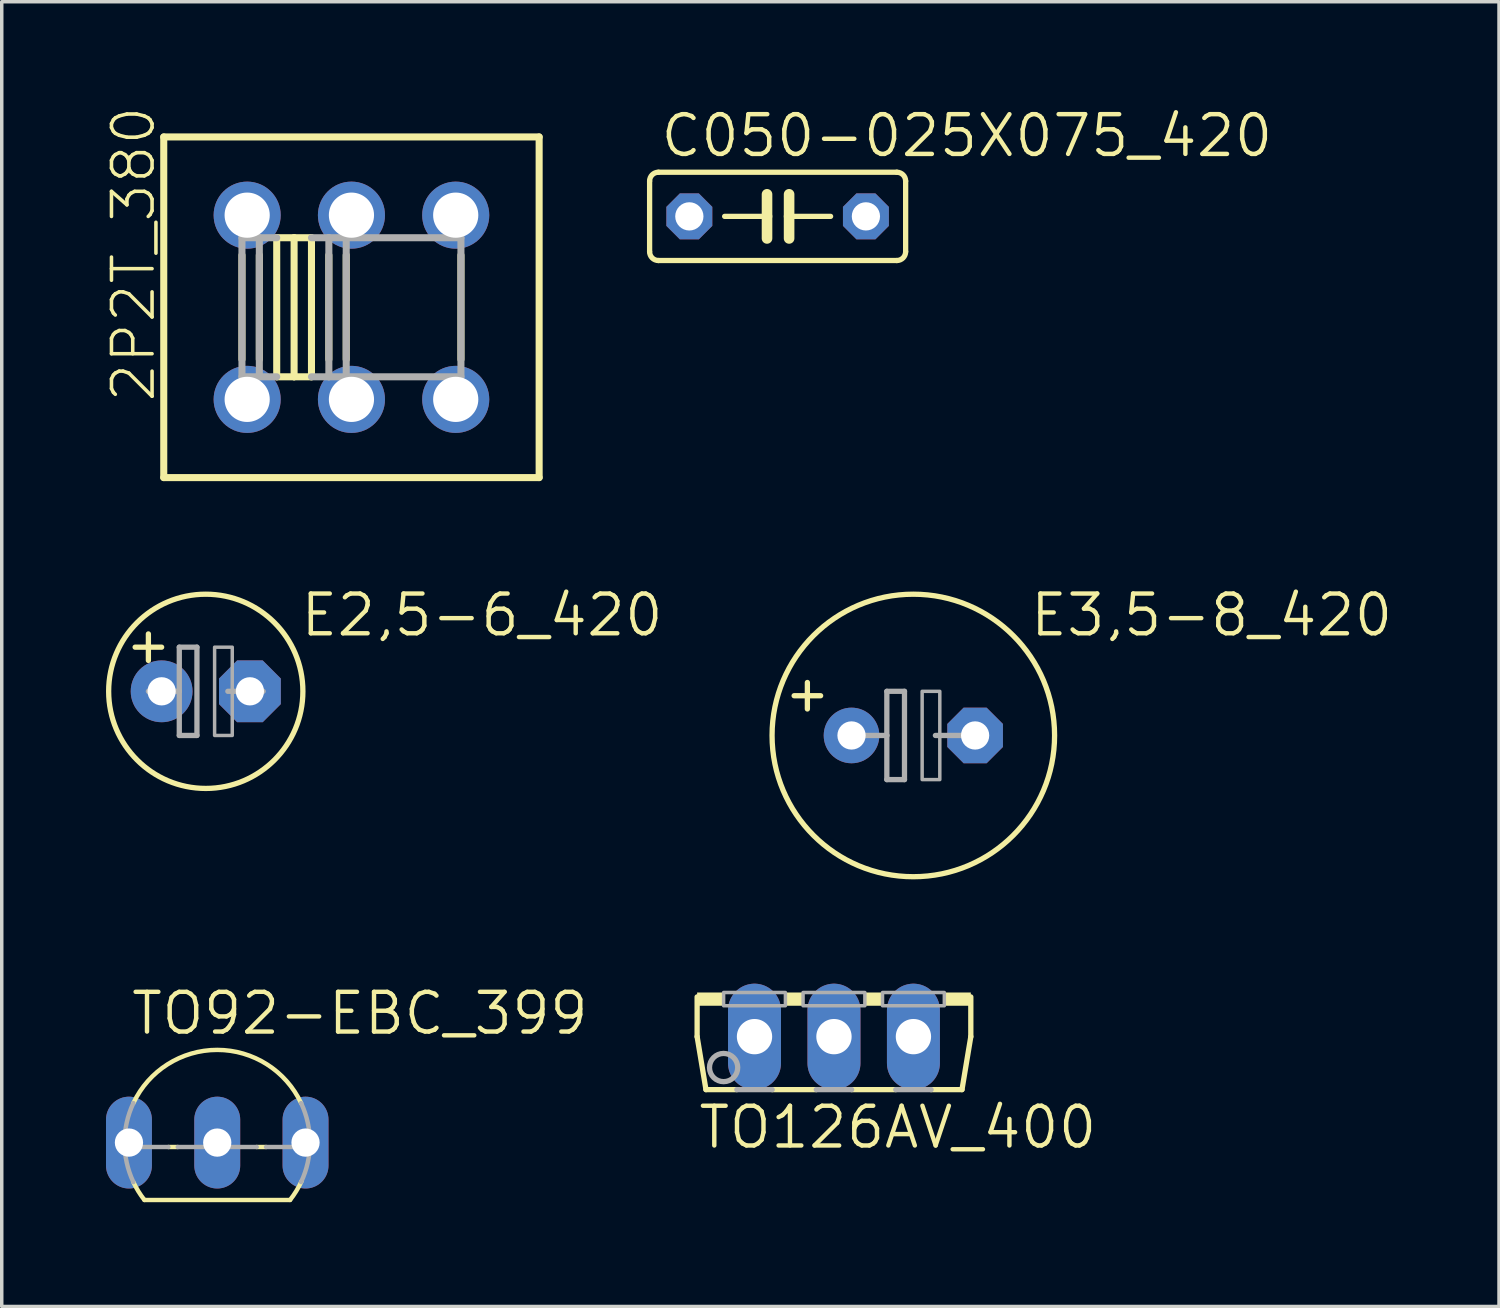
<source format=kicad_pcb>
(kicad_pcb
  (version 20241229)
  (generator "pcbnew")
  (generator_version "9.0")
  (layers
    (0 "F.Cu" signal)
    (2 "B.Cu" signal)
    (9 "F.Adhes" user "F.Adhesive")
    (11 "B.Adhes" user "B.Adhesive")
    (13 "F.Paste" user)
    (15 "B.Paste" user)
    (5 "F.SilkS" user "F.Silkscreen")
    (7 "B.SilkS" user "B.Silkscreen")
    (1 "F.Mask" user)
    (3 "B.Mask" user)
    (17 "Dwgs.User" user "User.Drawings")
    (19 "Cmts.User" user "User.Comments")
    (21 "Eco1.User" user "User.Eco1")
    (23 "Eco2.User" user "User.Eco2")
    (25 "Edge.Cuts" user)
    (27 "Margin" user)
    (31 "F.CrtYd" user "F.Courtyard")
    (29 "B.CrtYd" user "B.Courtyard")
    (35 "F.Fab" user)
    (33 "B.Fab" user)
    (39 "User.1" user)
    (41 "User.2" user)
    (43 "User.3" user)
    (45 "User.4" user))
  (footprint "E2,5-6_420"
    (layer "F.Cu")
    (at 2.87 16.839)
    (property "Reference" "E2,5-6_420" (at 2.667 -1.524 0) (unlocked yes) (layer "F.SilkS") (effects (font (size 1.143 1.143) (thickness 0.127)) (justify left bottom)))
    (fp_line (start -2.032 -1.27) (end -1.651 -1.27) (stroke (width 0.152) (type solid)) (layer "F.SilkS"))
    (fp_line (start -1.651 -1.27) (end -1.651 -1.651) (stroke (width 0.152) (type solid)) (layer "F.SilkS"))
    (fp_line (start -1.651 -1.27) (end -1.27 -1.27) (stroke (width 0.152) (type solid)) (layer "F.SilkS"))
    (fp_line (start -1.651 -0.889) (end -1.651 -1.27) (stroke (width 0.152) (type solid)) (layer "F.SilkS"))
    (fp_circle (center 0 0) (end 2.794 0) (stroke (width 0.152) (type solid)) (fill no) (layer "F.SilkS"))
    (fp_line (start -1.651 0) (end -0.762 0) (stroke (width 0.152) (type solid)) (layer "F.Fab"))
    (fp_line (start -0.762 -1.27) (end -0.762 0) (stroke (width 0.152) (type solid)) (layer "F.Fab"))
    (fp_line (start -0.762 0) (end -0.762 1.27) (stroke (width 0.152) (type solid)) (layer "F.Fab"))
    (fp_line (start -0.762 1.27) (end -0.254 1.27) (stroke (width 0.152) (type solid)) (layer "F.Fab"))
    (fp_line (start -0.254 -1.27) (end -0.762 -1.27) (stroke (width 0.152) (type solid)) (layer "F.Fab"))
    (fp_line (start -0.254 1.27) (end -0.254 -1.27) (stroke (width 0.152) (type solid)) (layer "F.Fab"))
    (fp_line (start 0.635 0) (end 1.651 0) (stroke (width 0.152) (type solid)) (layer "F.Fab"))
    (fp_poly (pts (xy 0.254 1.27) (xy 0.762 1.27) (xy 0.762 -1.27) (xy 0.254 -1.27)) (stroke (width 0.1) (type default)) (fill no) (layer "F.Fab"))
    (pad "+" thru_hole circle (at -1.27 0) (size 1.778 1.778) (drill 0.813) (layers "*.Cu" "*.Mask"))
    (pad "-" thru_hole roundrect (at 1.27 0) (size 1.778 1.778) (drill 0.813) (layers "*.Cu" "*.Mask") (roundrect_rratio 0.25) (chamfer_ratio 0.293) (chamfer top_left top_right bottom_left bottom_right)))
  (footprint "E3,5-8_420"
    (layer "F.Cu")
    (at 23.226 18.109)
    (property "Reference" "E3,5-8_420" (at 3.302 -2.794 0) (unlocked yes) (layer "F.SilkS") (effects (font (size 1.143 1.143) (thickness 0.127)) (justify left bottom)))
    (fp_line (start -3.429 -1.143) (end -2.667 -1.143) (stroke (width 0.152) (type solid)) (layer "F.SilkS"))
    (fp_line (start -3.048 -0.762) (end -3.048 -1.524) (stroke (width 0.152) (type solid)) (layer "F.SilkS"))
    (fp_circle (center 0 0) (end 4.064 0) (stroke (width 0.152) (type solid)) (fill no) (layer "F.SilkS"))
    (fp_line (start -1.651 0) (end -0.762 0) (stroke (width 0.152) (type solid)) (layer "F.Fab"))
    (fp_line (start -0.762 -1.27) (end -0.762 0) (stroke (width 0.152) (type solid)) (layer "F.Fab"))
    (fp_line (start -0.762 0) (end -0.762 1.27) (stroke (width 0.152) (type solid)) (layer "F.Fab"))
    (fp_line (start -0.762 1.27) (end -0.254 1.27) (stroke (width 0.152) (type solid)) (layer "F.Fab"))
    (fp_line (start -0.254 -1.27) (end -0.762 -1.27) (stroke (width 0.152) (type solid)) (layer "F.Fab"))
    (fp_line (start -0.254 1.27) (end -0.254 -1.27) (stroke (width 0.152) (type solid)) (layer "F.Fab"))
    (fp_line (start 0.635 0) (end 1.651 0) (stroke (width 0.152) (type solid)) (layer "F.Fab"))
    (fp_poly (pts (xy 0.254 1.27) (xy 0.762 1.27) (xy 0.762 -1.27) (xy 0.254 -1.27)) (stroke (width 0.1) (type default)) (fill no) (layer "F.Fab"))
    (pad "+" thru_hole circle (at -1.778 0) (size 1.6 1.6) (drill 0.813) (layers "*.Cu" "*.Mask"))
    (pad "-" thru_hole roundrect (at 1.778 0) (size 1.6 1.6) (drill 0.813) (layers "*.Cu" "*.Mask") (roundrect_rratio 0.25) (chamfer_ratio 0.293) (chamfer top_left top_right bottom_left bottom_right)))
  (footprint "C050-025X075_420"
    (layer "F.Cu")
    (at 19.322 3.175)
    (property "Reference" "C050-025X075_420" (at -3.429 -1.651 0) (unlocked yes) (layer "F.SilkS") (effects (font (size 1.143 1.143) (thickness 0.127)) (justify left bottom)))
    (fp_line (start -3.683 -1.016) (end -3.683 1.016) (stroke (width 0.152) (type solid)) (layer "F.SilkS"))
    (fp_line (start -3.429 1.27) (end 3.429 1.27) (stroke (width 0.152) (type solid)) (layer "F.SilkS"))
    (fp_line (start -0.305 -0.635) (end -0.305 0) (stroke (width 0.305) (type solid)) (layer "F.SilkS"))
    (fp_line (start -0.305 0) (end -1.524 0) (stroke (width 0.152) (type solid)) (layer "F.SilkS"))
    (fp_line (start -0.305 0) (end -0.305 0.635) (stroke (width 0.305) (type solid)) (layer "F.SilkS"))
    (fp_line (start 0.33 -0.635) (end 0.33 0) (stroke (width 0.305) (type solid)) (layer "F.SilkS"))
    (fp_line (start 0.33 0) (end 0.33 0.635) (stroke (width 0.305) (type solid)) (layer "F.SilkS"))
    (fp_line (start 0.33 0) (end 1.524 0) (stroke (width 0.152) (type solid)) (layer "F.SilkS"))
    (fp_line (start 3.429 -1.27) (end -3.429 -1.27) (stroke (width 0.152) (type solid)) (layer "F.SilkS"))
    (fp_line (start 3.683 1.016) (end 3.683 -1.016) (stroke (width 0.152) (type solid)) (layer "F.SilkS"))
    (fp_arc (start -3.683 -1.016) (mid -3.608605 -1.195605) (end -3.429 -1.27) (stroke (width 0.1524) (type solid)) (layer "F.SilkS"))
    (fp_arc (start -3.429 1.27) (mid -3.608605 1.195605) (end -3.683 1.016) (stroke (width 0.1524) (type solid)) (layer "F.SilkS"))
    (fp_arc (start 3.429 -1.27) (mid 3.608605 -1.195605) (end 3.683 -1.016) (stroke (width 0.1524) (type solid)) (layer "F.SilkS"))
    (fp_arc (start 3.683 1.016) (mid 3.608605 1.195605) (end 3.429 1.27) (stroke (width 0.1524) (type solid)) (layer "F.SilkS"))
    (pad "1" thru_hole roundrect (at -2.54 0) (size 1.321 1.321) (drill 0.813) (layers "*.Cu" "*.Mask") (roundrect_rratio 0.25) (chamfer_ratio 0.293) (chamfer top_left top_right bottom_left bottom_right))
    (pad "2" thru_hole roundrect (at 2.54 0) (size 1.321 1.321) (drill 0.813) (layers "*.Cu" "*.Mask") (roundrect_rratio 0.25) (chamfer_ratio 0.293) (chamfer top_left top_right bottom_left bottom_right)))
  (footprint "TO92-EBC_399"
    (layer "F.Cu")
    (at 3.2 28.552)
    (property "Reference" "TO92-EBC_399" (at -2.54 -1.778 0) (unlocked yes) (layer "F.SilkS") (effects (font (size 1.143 1.143) (thickness 0.127)) (justify left bottom)))
    (fp_line (start -2.095 2.921) (end 2.095 2.921) (stroke (width 0.127) (type solid)) (layer "F.SilkS"))
    (fp_line (start -1.136 1.397) (end -1.404 1.397) (stroke (width 0.127) (type solid)) (layer "F.SilkS"))
    (fp_line (start 1.404 1.397) (end 1.136 1.397) (stroke (width 0.127) (type solid)) (layer "F.SilkS"))
    (fp_arc (start -2.413 0.1341) (mid -0.000001 -1.396986) (end 2.412999 0.134099) (stroke (width 0.127) (type solid)) (layer "F.SilkS"))
    (fp_arc (start -2.095 2.921) (mid -2.268918 2.67252) (end -2.4135 2.4059) (stroke (width 0.127) (type solid)) (layer "F.SilkS"))
    (fp_arc (start 2.4247 2.3818) (mid 2.275878 2.661201) (end 2.095 2.921) (stroke (width 0.127) (type solid)) (layer "F.SilkS"))
    (fp_line (start -1.404 1.397) (end -2.664 1.397) (stroke (width 0.127) (type solid)) (layer "F.Fab"))
    (fp_line (start 1.136 1.397) (end -1.136 1.397) (stroke (width 0.127) (type solid)) (layer "F.Fab"))
    (fp_line (start 2.664 1.397) (end 1.404 1.397) (stroke (width 0.127) (type solid)) (layer "F.Fab"))
    (fp_arc (start -2.413 2.4059) (mid -2.666991 1.27) (end -2.413 0.1341) (stroke (width 0.127) (type solid)) (layer "F.Fab"))
    (fp_arc (start 2.413 0.1341) (mid 2.666991 1.27) (end 2.413 2.4059) (stroke (width 0.127) (type solid)) (layer "F.Fab"))
    (pad "B" thru_hole oval (at 0 1.27 90) (size 2.642 1.321) (drill 0.813) (layers "*.Cu" "*.Mask"))
    (pad "C" thru_hole oval (at -2.54 1.27 90) (size 2.642 1.321) (drill 0.813) (layers "*.Cu" "*.Mask"))
    (pad "E" thru_hole oval (at 2.54 1.27 90) (size 2.642 1.321) (drill 0.813) (layers "*.Cu" "*.Mask")))
  (footprint "2P2T_380"
    (layer "F.Cu")
    (at 7.061 5.79)
    (property "Reference" "2P2T_380" (at -5.588 2.794 90) (unlocked yes) (layer "F.SilkS") (effects (font (size 1.168 1.168) (thickness 0.102)) (justify left bottom)))
    (fp_line (start -5.4 -4.9) (end 5.4 -4.9) (stroke (width 0.203) (type solid)) (layer "F.SilkS"))
    (fp_line (start -5.4 4.9) (end -5.4 -4.9) (stroke (width 0.203) (type solid)) (layer "F.SilkS"))
    (fp_line (start -3.15 1.5) (end -3.15 -1.5) (stroke (width 0.203) (type solid)) (layer "F.SilkS"))
    (fp_line (start -2.65 1.5) (end -2.65 -1.5) (stroke (width 0.203) (type solid)) (layer "F.SilkS"))
    (fp_line (start -2.15 -2) (end -1.65 -2) (stroke (width 0.203) (type solid)) (layer "F.SilkS"))
    (fp_line (start -2.15 2) (end -2.15 -2) (stroke (width 0.203) (type solid)) (layer "F.SilkS"))
    (fp_line (start -1.65 -2) (end -1.15 -2) (stroke (width 0.203) (type solid)) (layer "F.SilkS"))
    (fp_line (start -1.65 2) (end -2.15 2) (stroke (width 0.203) (type solid)) (layer "F.SilkS"))
    (fp_line (start -1.65 2) (end -1.65 -2) (stroke (width 0.203) (type solid)) (layer "F.SilkS"))
    (fp_line (start -1.15 2) (end -1.65 2) (stroke (width 0.203) (type solid)) (layer "F.SilkS"))
    (fp_line (start -1.15 2) (end -1.15 -2) (stroke (width 0.203) (type solid)) (layer "F.SilkS"))
    (fp_line (start -0.65 1.5) (end -0.65 -1.5) (stroke (width 0.203) (type solid)) (layer "F.SilkS"))
    (fp_line (start -0.15 1.5) (end -0.15 -1.5) (stroke (width 0.203) (type solid)) (layer "F.SilkS"))
    (fp_line (start 3.15 -1.5) (end 3.15 1.5) (stroke (width 0.203) (type solid)) (layer "F.SilkS"))
    (fp_line (start 5.4 -4.9) (end 5.4 4.9) (stroke (width 0.203) (type solid)) (layer "F.SilkS"))
    (fp_line (start 5.4 4.9) (end -5.4 4.9) (stroke (width 0.203) (type solid)) (layer "F.SilkS"))
    (fp_line (start -3.15 -2) (end -2.65 -2) (stroke (width 0.203) (type solid)) (layer "F.Fab"))
    (fp_line (start -3.15 2) (end -3.15 -2) (stroke (width 0.203) (type solid)) (layer "F.Fab"))
    (fp_line (start -2.65 -2) (end -2.15 -2) (stroke (width 0.203) (type solid)) (layer "F.Fab"))
    (fp_line (start -2.65 2) (end -3.15 2) (stroke (width 0.203) (type solid)) (layer "F.Fab"))
    (fp_line (start -2.65 2) (end -2.65 -2) (stroke (width 0.203) (type solid)) (layer "F.Fab"))
    (fp_line (start -2.15 2) (end -2.65 2) (stroke (width 0.203) (type solid)) (layer "F.Fab"))
    (fp_line (start -1.15 -2) (end -0.65 -2) (stroke (width 0.203) (type solid)) (layer "F.Fab"))
    (fp_line (start -0.65 -2) (end 3.15 -2) (stroke (width 0.203) (type solid)) (layer "F.Fab"))
    (fp_line (start -0.65 2) (end -1.15 2) (stroke (width 0.203) (type solid)) (layer "F.Fab"))
    (fp_line (start -0.65 2) (end -0.65 -2) (stroke (width 0.203) (type solid)) (layer "F.Fab"))
    (fp_line (start -0.15 2) (end -0.65 2) (stroke (width 0.203) (type solid)) (layer "F.Fab"))
    (fp_line (start -0.15 2) (end -0.15 -2) (stroke (width 0.203) (type solid)) (layer "F.Fab"))
    (fp_line (start 3.15 -2) (end 3.15 2) (stroke (width 0.203) (type solid)) (layer "F.Fab"))
    (fp_line (start 3.15 2) (end -0.15 2) (stroke (width 0.203) (type solid)) (layer "F.Fab"))
    (pad "1.1" thru_hole circle (at -3 -2.65) (size 1.93 1.93) (drill 1.3) (layers "*.Cu" "*.Mask"))
    (pad "1.2" thru_hole circle (at -3 2.65) (size 1.93 1.93) (drill 1.3) (layers "*.Cu" "*.Mask"))
    (pad "2.1" thru_hole circle (at 0 -2.65) (size 1.93 1.93) (drill 1.3) (layers "*.Cu" "*.Mask"))
    (pad "2.2" thru_hole circle (at 0 2.65) (size 1.93 1.93) (drill 1.3) (layers "*.Cu" "*.Mask"))
    (pad "3.1" thru_hole circle (at 3 -2.65) (size 1.93 1.93) (drill 1.3) (layers "*.Cu" "*.Mask"))
    (pad "3.2" thru_hole circle (at 3 2.65) (size 1.93 1.93) (drill 1.3) (layers "*.Cu" "*.Mask")))
  (footprint "TO126AV_400"
    (layer "F.Cu")
    (at 20.943 25.504)
    (property "Reference" "TO126AV_400" (at -3.962 4.547 0) (unlocked yes) (layer "F.SilkS") (effects (font (size 1.143 1.143) (thickness 0.127)) (justify left bottom)))
    (fp_line (start -3.937 0.127) (end -3.937 1.27) (stroke (width 0.152) (type solid)) (layer "F.SilkS"))
    (fp_line (start -3.937 1.27) (end -3.683 2.794) (stroke (width 0.152) (type solid)) (layer "F.SilkS"))
    (fp_line (start -3.683 2.794) (end -2.794 2.794) (stroke (width 0.152) (type solid)) (layer "F.SilkS"))
    (fp_line (start -1.778 2.794) (end -0.508 2.794) (stroke (width 0.152) (type solid)) (layer "F.SilkS"))
    (fp_line (start 0.508 2.794) (end 1.778 2.794) (stroke (width 0.152) (type solid)) (layer "F.SilkS"))
    (fp_line (start 2.794 2.794) (end 3.683 2.794) (stroke (width 0.152) (type solid)) (layer "F.SilkS"))
    (fp_line (start 3.683 2.794) (end 3.937 1.27) (stroke (width 0.152) (type solid)) (layer "F.SilkS"))
    (fp_line (start 3.937 1.27) (end 3.937 0.127) (stroke (width 0.152) (type solid)) (layer "F.SilkS"))
    (fp_poly (pts (xy -3.937 0.381) (xy -3.175 0.381) (xy -3.175 0) (xy -3.937 0)) (stroke (width 0) (type default)) (fill yes) (layer "F.SilkS"))
    (fp_poly (pts (xy -1.397 0.381) (xy -0.889 0.381) (xy -0.889 0) (xy -1.397 0)) (stroke (width 0) (type default)) (fill yes) (layer "F.SilkS"))
    (fp_poly (pts (xy 0.889 0.381) (xy 1.397 0.381) (xy 1.397 0) (xy 0.889 0)) (stroke (width 0) (type default)) (fill yes) (layer "F.SilkS"))
    (fp_poly (pts (xy 3.175 0.381) (xy 3.937 0.381) (xy 3.937 0) (xy 3.175 0)) (stroke (width 0) (type default)) (fill yes) (layer "F.SilkS"))
    (fp_line (start -2.794 2.794) (end -1.778 2.794) (stroke (width 0.152) (type solid)) (layer "F.Fab"))
    (fp_line (start -0.508 2.794) (end 0.508 2.794) (stroke (width 0.152) (type solid)) (layer "F.Fab"))
    (fp_line (start 1.778 2.794) (end 2.794 2.794) (stroke (width 0.152) (type solid)) (layer "F.Fab"))
    (fp_circle (center -3.175 2.159) (end -2.769 2.159) (stroke (width 0.152) (type solid)) (fill no) (layer "F.Fab"))
    (fp_poly (pts (xy -3.175 0.381) (xy -1.397 0.381) (xy -1.397 0) (xy -3.175 0)) (stroke (width 0.1) (type default)) (fill no) (layer "F.Fab"))
    (fp_poly (pts (xy -0.889 0.381) (xy 0.889 0.381) (xy 0.889 0) (xy -0.889 0)) (stroke (width 0.1) (type default)) (fill no) (layer "F.Fab"))
    (fp_poly (pts (xy 1.397 0.381) (xy 3.175 0.381) (xy 3.175 0) (xy 1.397 0)) (stroke (width 0.1) (type default)) (fill no) (layer "F.Fab"))
    (pad "B" thru_hole oval (at 2.286 1.27 90) (size 3.048 1.524) (drill 1.016) (layers "*.Cu" "*.Mask"))
    (pad "C" thru_hole oval (at 0 1.27 90) (size 3.048 1.524) (drill 1.016) (layers "*.Cu" "*.Mask"))
    (pad "E" thru_hole oval (at -2.286 1.27 90) (size 3.048 1.524) (drill 1.016) (layers "*.Cu" "*.Mask")))
  (gr_rect
    (start -3 -3)
    (end 40.076 34.536)
    (stroke (width 0.1) (type default))
    (fill no)
    (layer "Edge.Cuts")))
</source>
